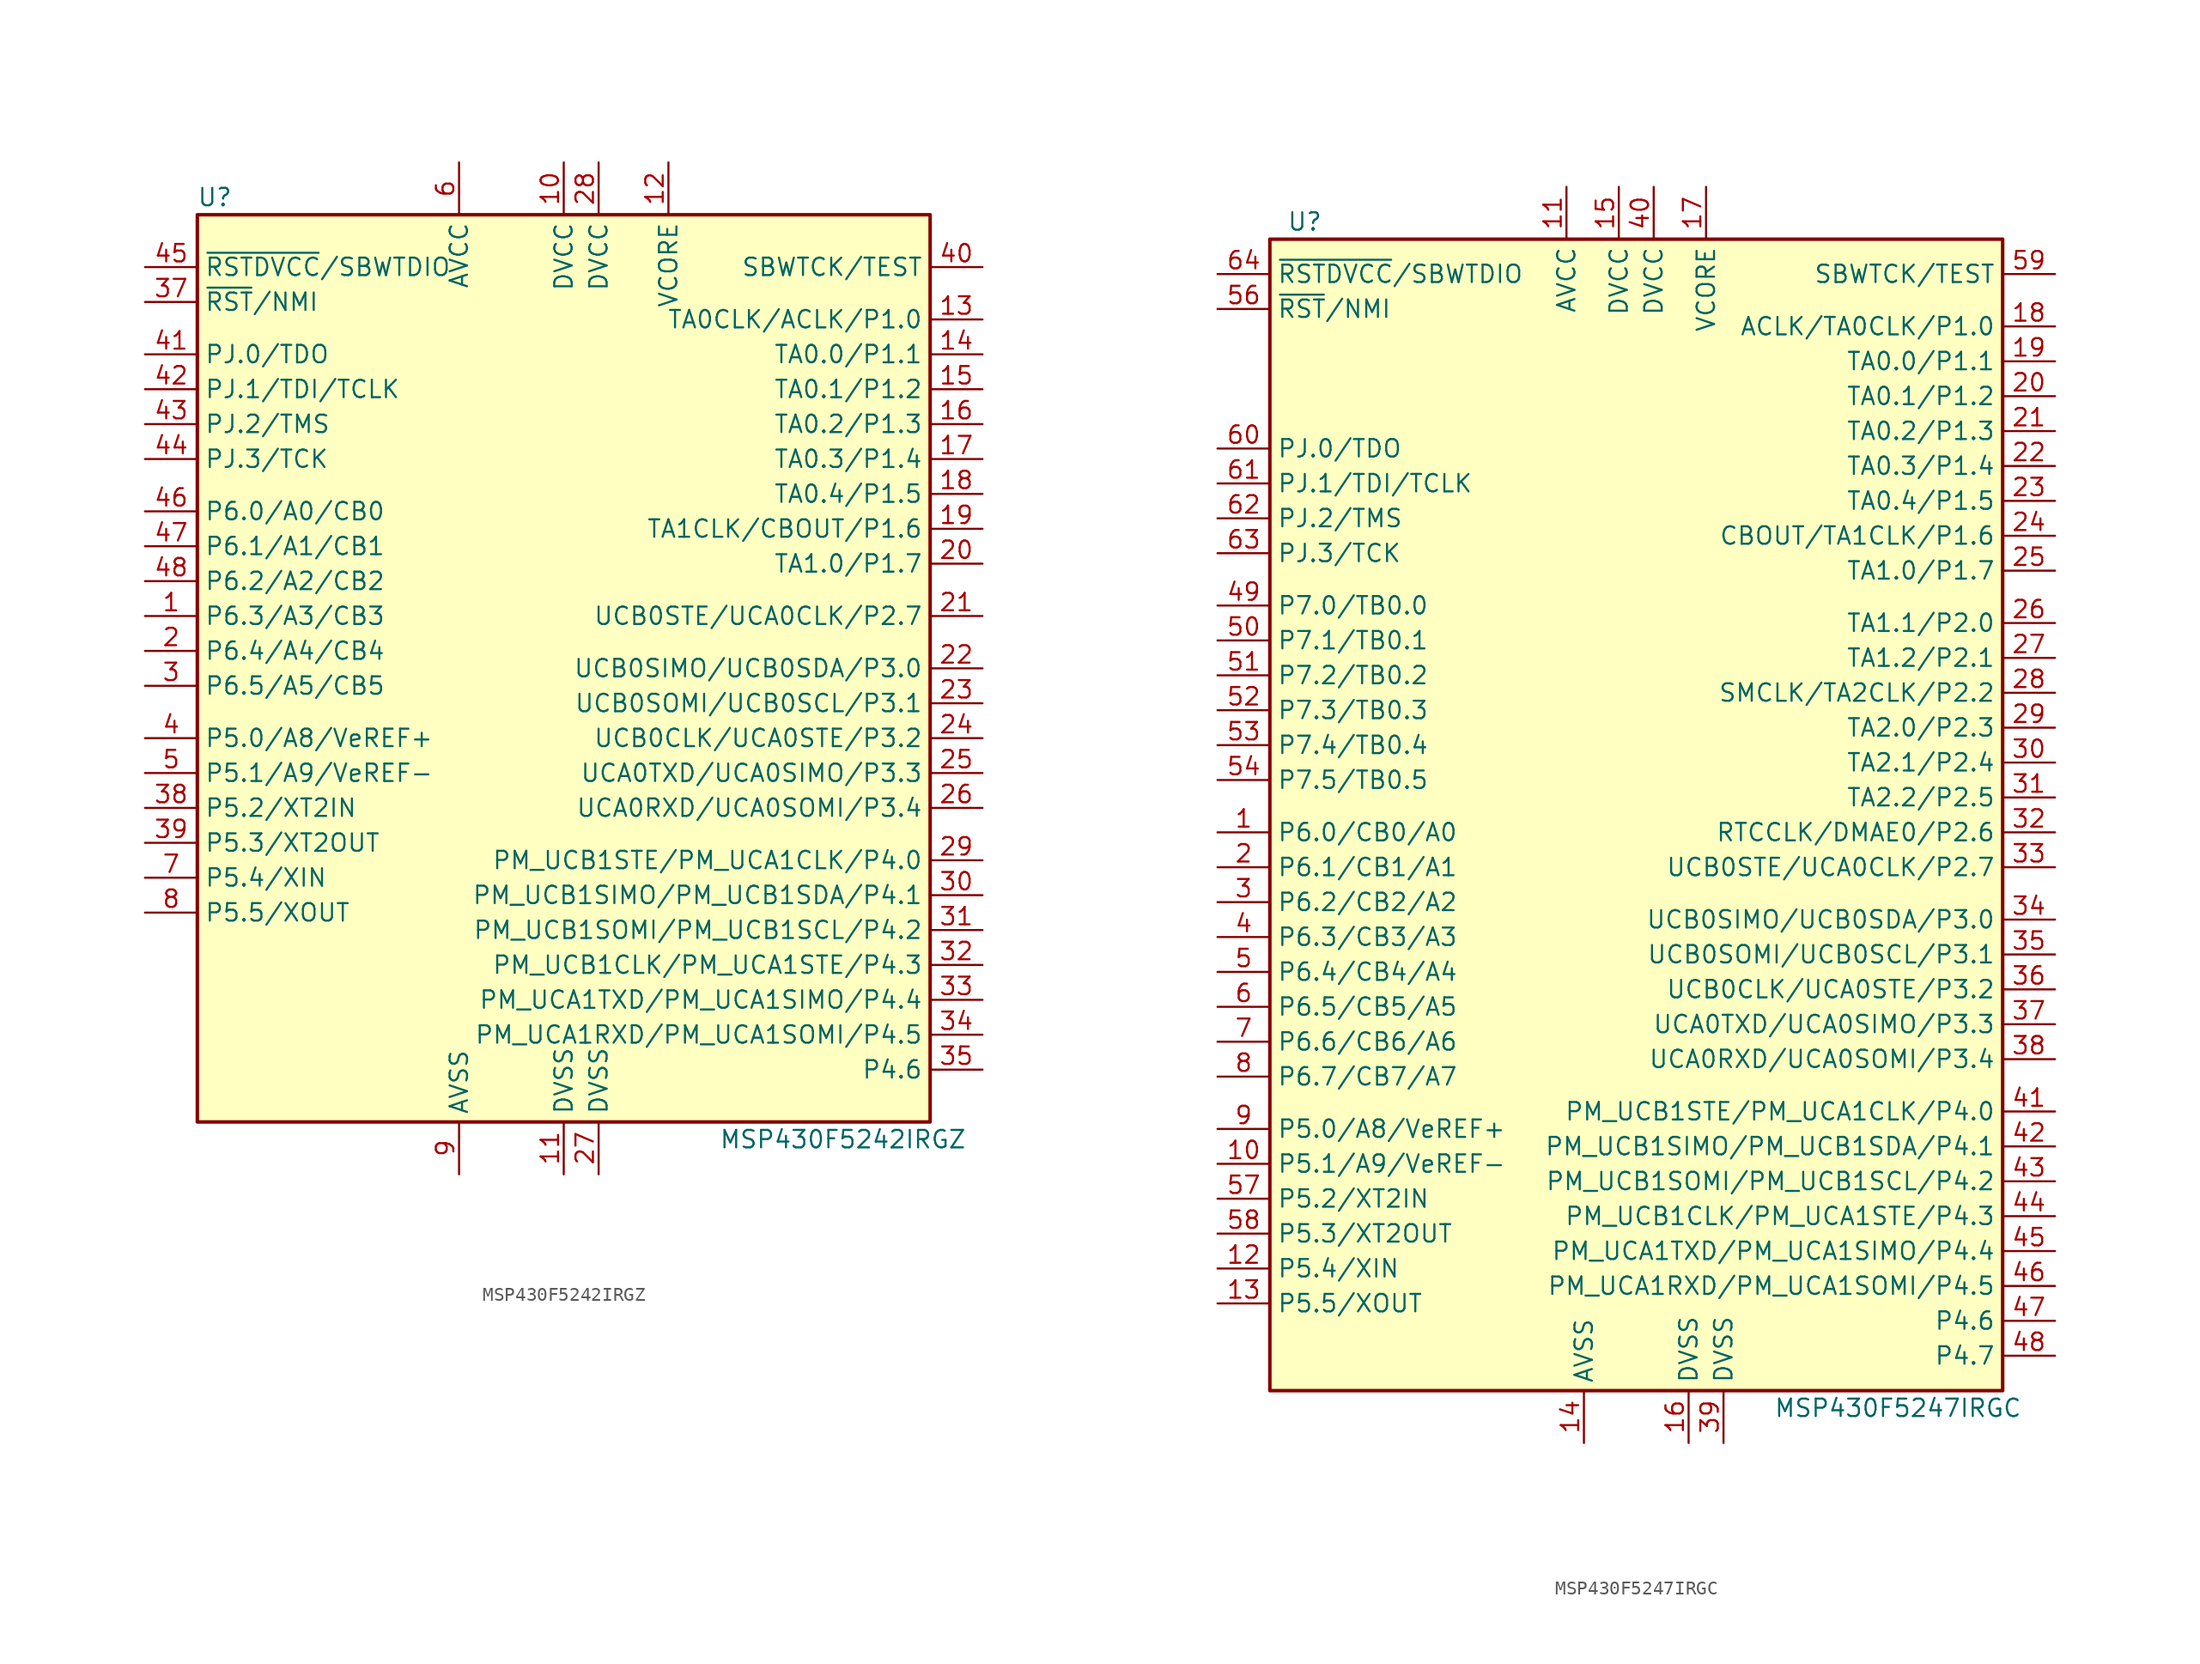
<source format=kicad_sym>
(kicad_symbol_lib
  (version 20211014)
  (generator kicad_symbol_editor)
  (symbol "MSP430F5242IRGZ"
    (property "Reference" "U"
      (at -25.4 35.56 0)
      (effects (font (size 1.27 1.27))))
    (property "Value" "MSP430F5242IRGZ"
      (at 20.32 -33.02 0)
      (effects (font (size 1.27 1.27))))
    (symbol "MSP430F5242IRGZ_0_1"
      (rectangle (start -26.67 34.29) (end 26.67 -31.75) (stroke (width 0.254) (type default) (color 0 0 0 0)) (fill (type background))))
    (symbol "MSP430F5242IRGZ_1_1"
      (pin bidirectional line (at -30.48 5.08 0) (length 3.81) (name "P6.3/A3/CB3" (effects (font (size 1.27 1.27)))) (number "1" (effects (font (size 1.27 1.27)))))
      (pin power_in line (at 0 38.1 270) (length 3.81) (name "DVCC" (effects (font (size 1.27 1.27)))) (number "10" (effects (font (size 1.27 1.27)))))
      (pin power_in line (at 0 -35.56 90) (length 3.81) (name "DVSS" (effects (font (size 1.27 1.27)))) (number "11" (effects (font (size 1.27 1.27)))))
      (pin passive line (at 7.62 38.1 270) (length 3.81) (name "VCORE" (effects (font (size 1.27 1.27)))) (number "12" (effects (font (size 1.27 1.27)))))
      (pin bidirectional line (at 30.48 26.67 180) (length 3.81) (name "TA0CLK/ACLK/P1.0" (effects (font (size 1.27 1.27)))) (number "13" (effects (font (size 1.27 1.27)))))
      (pin bidirectional line (at 30.48 24.13 180) (length 3.81) (name "TA0.0/P1.1" (effects (font (size 1.27 1.27)))) (number "14" (effects (font (size 1.27 1.27)))))
      (pin bidirectional line (at 30.48 21.59 180) (length 3.81) (name "TA0.1/P1.2" (effects (font (size 1.27 1.27)))) (number "15" (effects (font (size 1.27 1.27)))))
      (pin bidirectional line (at 30.48 19.05 180) (length 3.81) (name "TA0.2/P1.3" (effects (font (size 1.27 1.27)))) (number "16" (effects (font (size 1.27 1.27)))))
      (pin bidirectional line (at 30.48 16.51 180) (length 3.81) (name "TA0.3/P1.4" (effects (font (size 1.27 1.27)))) (number "17" (effects (font (size 1.27 1.27)))))
      (pin bidirectional line (at 30.48 13.97 180) (length 3.81) (name "TA0.4/P1.5" (effects (font (size 1.27 1.27)))) (number "18" (effects (font (size 1.27 1.27)))))
      (pin bidirectional line (at 30.48 11.43 180) (length 3.81) (name "TA1CLK/CBOUT/P1.6" (effects (font (size 1.27 1.27)))) (number "19" (effects (font (size 1.27 1.27)))))
      (pin bidirectional line (at -30.48 2.54 0) (length 3.81) (name "P6.4/A4/CB4" (effects (font (size 1.27 1.27)))) (number "2" (effects (font (size 1.27 1.27)))))
      (pin bidirectional line (at 30.48 8.89 180) (length 3.81) (name "TA1.0/P1.7" (effects (font (size 1.27 1.27)))) (number "20" (effects (font (size 1.27 1.27)))))
      (pin bidirectional line (at 30.48 5.08 180) (length 3.81) (name "UCB0STE/UCA0CLK/P2.7" (effects (font (size 1.27 1.27)))) (number "21" (effects (font (size 1.27 1.27)))))
      (pin bidirectional line (at 30.48 1.27 180) (length 3.81) (name "UCB0SIMO/UCB0SDA/P3.0" (effects (font (size 1.27 1.27)))) (number "22" (effects (font (size 1.27 1.27)))))
      (pin bidirectional line (at 30.48 -1.27 180) (length 3.81) (name "UCB0SOMI/UCB0SCL/P3.1" (effects (font (size 1.27 1.27)))) (number "23" (effects (font (size 1.27 1.27)))))
      (pin bidirectional line (at 30.48 -3.81 180) (length 3.81) (name "UCB0CLK/UCA0STE/P3.2" (effects (font (size 1.27 1.27)))) (number "24" (effects (font (size 1.27 1.27)))))
      (pin bidirectional line (at 30.48 -6.35 180) (length 3.81) (name "UCA0TXD/UCA0SIMO/P3.3" (effects (font (size 1.27 1.27)))) (number "25" (effects (font (size 1.27 1.27)))))
      (pin bidirectional line (at 30.48 -8.89 180) (length 3.81) (name "UCA0RXD/UCA0SOMI/P3.4" (effects (font (size 1.27 1.27)))) (number "26" (effects (font (size 1.27 1.27)))))
      (pin power_in line (at 2.54 -35.56 90) (length 3.81) (name "DVSS" (effects (font (size 1.27 1.27)))) (number "27" (effects (font (size 1.27 1.27)))))
      (pin power_in line (at 2.54 38.1 270) (length 3.81) (name "DVCC" (effects (font (size 1.27 1.27)))) (number "28" (effects (font (size 1.27 1.27)))))
      (pin bidirectional line (at 30.48 -12.7 180) (length 3.81) (name "PM_UCB1STE/PM_UCA1CLK/P4.0" (effects (font (size 1.27 1.27)))) (number "29" (effects (font (size 1.27 1.27)))))
      (pin bidirectional line (at -30.48 0 0) (length 3.81) (name "P6.5/A5/CB5" (effects (font (size 1.27 1.27)))) (number "3" (effects (font (size 1.27 1.27)))))
      (pin bidirectional line (at 30.48 -15.24 180) (length 3.81) (name "PM_UCB1SIMO/PM_UCB1SDA/P4.1" (effects (font (size 1.27 1.27)))) (number "30" (effects (font (size 1.27 1.27)))))
      (pin bidirectional line (at 30.48 -17.78 180) (length 3.81) (name "PM_UCB1SOMI/PM_UCB1SCL/P4.2" (effects (font (size 1.27 1.27)))) (number "31" (effects (font (size 1.27 1.27)))))
      (pin bidirectional line (at 30.48 -20.32 180) (length 3.81) (name "PM_UCB1CLK/PM_UCA1STE/P4.3" (effects (font (size 1.27 1.27)))) (number "32" (effects (font (size 1.27 1.27)))))
      (pin bidirectional line (at 30.48 -22.86 180) (length 3.81) (name "PM_UCA1TXD/PM_UCA1SIMO/P4.4" (effects (font (size 1.27 1.27)))) (number "33" (effects (font (size 1.27 1.27)))))
      (pin bidirectional line (at 30.48 -25.4 180) (length 3.81) (name "PM_UCA1RXD/PM_UCA1SOMI/P4.5" (effects (font (size 1.27 1.27)))) (number "34" (effects (font (size 1.27 1.27)))))
      (pin bidirectional line (at 30.48 -27.94 180) (length 3.81) (name "P4.6" (effects (font (size 1.27 1.27)))) (number "35" (effects (font (size 1.27 1.27)))))
      (pin input line (at -30.48 27.94 0) (length 3.81) (name "~{RST}/NMI" (effects (font (size 1.27 1.27)))) (number "37" (effects (font (size 1.27 1.27)))))
      (pin bidirectional line (at -30.48 -8.89 0) (length 3.81) (name "P5.2/XT2IN" (effects (font (size 1.27 1.27)))) (number "38" (effects (font (size 1.27 1.27)))))
      (pin bidirectional line (at -30.48 -11.43 0) (length 3.81) (name "P5.3/XT2OUT" (effects (font (size 1.27 1.27)))) (number "39" (effects (font (size 1.27 1.27)))))
      (pin bidirectional line (at -30.48 -3.81 0) (length 3.81) (name "P5.0/A8/VeREF+" (effects (font (size 1.27 1.27)))) (number "4" (effects (font (size 1.27 1.27)))))
      (pin input line (at 30.48 30.48 180) (length 3.81) (name "SBWTCK/TEST" (effects (font (size 1.27 1.27)))) (number "40" (effects (font (size 1.27 1.27)))))
      (pin bidirectional line (at -30.48 24.13 0) (length 3.81) (name "PJ.0/TDO" (effects (font (size 1.27 1.27)))) (number "41" (effects (font (size 1.27 1.27)))))
      (pin bidirectional line (at -30.48 21.59 0) (length 3.81) (name "PJ.1/TDI/TCLK" (effects (font (size 1.27 1.27)))) (number "42" (effects (font (size 1.27 1.27)))))
      (pin bidirectional line (at -30.48 19.05 0) (length 3.81) (name "PJ.2/TMS" (effects (font (size 1.27 1.27)))) (number "43" (effects (font (size 1.27 1.27)))))
      (pin bidirectional line (at -30.48 16.51 0) (length 3.81) (name "PJ.3/TCK" (effects (font (size 1.27 1.27)))) (number "44" (effects (font (size 1.27 1.27)))))
      (pin bidirectional line (at -30.48 30.48 0) (length 3.81) (name "~{RSTDVCC}/SBWTDIO" (effects (font (size 1.27 1.27)))) (number "45" (effects (font (size 1.27 1.27)))))
      (pin bidirectional line (at -30.48 12.7 0) (length 3.81) (name "P6.0/A0/CB0" (effects (font (size 1.27 1.27)))) (number "46" (effects (font (size 1.27 1.27)))))
      (pin bidirectional line (at -30.48 10.16 0) (length 3.81) (name "P6.1/A1/CB1" (effects (font (size 1.27 1.27)))) (number "47" (effects (font (size 1.27 1.27)))))
      (pin bidirectional line (at -30.48 7.62 0) (length 3.81) (name "P6.2/A2/CB2" (effects (font (size 1.27 1.27)))) (number "48" (effects (font (size 1.27 1.27)))))
      (pin bidirectional line (at -30.48 -6.35 0) (length 3.81) (name "P5.1/A9/VeREF-" (effects (font (size 1.27 1.27)))) (number "5" (effects (font (size 1.27 1.27)))))
      (pin power_in line (at -7.62 38.1 270) (length 3.81) (name "AVCC" (effects (font (size 1.27 1.27)))) (number "6" (effects (font (size 1.27 1.27)))))
      (pin bidirectional line (at -30.48 -13.97 0) (length 3.81) (name "P5.4/XIN" (effects (font (size 1.27 1.27)))) (number "7" (effects (font (size 1.27 1.27)))))
      (pin bidirectional line (at -30.48 -16.51 0) (length 3.81) (name "P5.5/XOUT" (effects (font (size 1.27 1.27)))) (number "8" (effects (font (size 1.27 1.27)))))
      (pin power_in line (at -7.62 -35.56 90) (length 3.81) (name "AVSS" (effects (font (size 1.27 1.27)))) (number "9" (effects (font (size 1.27 1.27)))))))
  (symbol "MSP430F5247IRGC"
    (property "Reference" "U"
      (at -24.13 43.18 0)
      (effects (font (size 1.27 1.27))))
    (property "Value" "MSP430F5247IRGC"
      (at 19.05 -43.18 0)
      (effects (font (size 1.27 1.27))))
    (symbol "MSP430F5247IRGC_0_1"
      (rectangle (start -26.67 41.91) (end 26.67 -41.91) (stroke (width 0.254) (type default) (color 0 0 0 0)) (fill (type background))))
    (symbol "MSP430F5247IRGC_1_1"
      (pin bidirectional line (at -30.48 -1.27 0) (length 3.81) (name "P6.0/CB0/A0" (effects (font (size 1.27 1.27)))) (number "1" (effects (font (size 1.27 1.27)))))
      (pin bidirectional line (at -30.48 -25.4 0) (length 3.81) (name "P5.1/A9/VeREF-" (effects (font (size 1.27 1.27)))) (number "10" (effects (font (size 1.27 1.27)))))
      (pin power_in line (at -5.08 45.72 270) (length 3.81) (name "AVCC" (effects (font (size 1.27 1.27)))) (number "11" (effects (font (size 1.27 1.27)))))
      (pin bidirectional line (at -30.48 -33.02 0) (length 3.81) (name "P5.4/XIN" (effects (font (size 1.27 1.27)))) (number "12" (effects (font (size 1.27 1.27)))))
      (pin bidirectional line (at -30.48 -35.56 0) (length 3.81) (name "P5.5/XOUT" (effects (font (size 1.27 1.27)))) (number "13" (effects (font (size 1.27 1.27)))))
      (pin power_in line (at -3.81 -45.72 90) (length 3.81) (name "AVSS" (effects (font (size 1.27 1.27)))) (number "14" (effects (font (size 1.27 1.27)))))
      (pin power_in line (at -1.27 45.72 270) (length 3.81) (name "DVCC" (effects (font (size 1.27 1.27)))) (number "15" (effects (font (size 1.27 1.27)))))
      (pin power_in line (at 3.81 -45.72 90) (length 3.81) (name "DVSS" (effects (font (size 1.27 1.27)))) (number "16" (effects (font (size 1.27 1.27)))))
      (pin power_in line (at 5.08 45.72 270) (length 3.81) (name "VCORE" (effects (font (size 1.27 1.27)))) (number "17" (effects (font (size 1.27 1.27)))))
      (pin bidirectional line (at 30.48 35.56 180) (length 3.81) (name "ACLK/TA0CLK/P1.0" (effects (font (size 1.27 1.27)))) (number "18" (effects (font (size 1.27 1.27)))))
      (pin bidirectional line (at 30.48 33.02 180) (length 3.81) (name "TA0.0/P1.1" (effects (font (size 1.27 1.27)))) (number "19" (effects (font (size 1.27 1.27)))))
      (pin bidirectional line (at -30.48 -3.81 0) (length 3.81) (name "P6.1/CB1/A1" (effects (font (size 1.27 1.27)))) (number "2" (effects (font (size 1.27 1.27)))))
      (pin bidirectional line (at 30.48 30.48 180) (length 3.81) (name "TA0.1/P1.2" (effects (font (size 1.27 1.27)))) (number "20" (effects (font (size 1.27 1.27)))))
      (pin bidirectional line (at 30.48 27.94 180) (length 3.81) (name "TA0.2/P1.3" (effects (font (size 1.27 1.27)))) (number "21" (effects (font (size 1.27 1.27)))))
      (pin bidirectional line (at 30.48 25.4 180) (length 3.81) (name "TA0.3/P1.4" (effects (font (size 1.27 1.27)))) (number "22" (effects (font (size 1.27 1.27)))))
      (pin bidirectional line (at 30.48 22.86 180) (length 3.81) (name "TA0.4/P1.5" (effects (font (size 1.27 1.27)))) (number "23" (effects (font (size 1.27 1.27)))))
      (pin bidirectional line (at 30.48 20.32 180) (length 3.81) (name "CBOUT/TA1CLK/P1.6" (effects (font (size 1.27 1.27)))) (number "24" (effects (font (size 1.27 1.27)))))
      (pin bidirectional line (at 30.48 17.78 180) (length 3.81) (name "TA1.0/P1.7" (effects (font (size 1.27 1.27)))) (number "25" (effects (font (size 1.27 1.27)))))
      (pin bidirectional line (at 30.48 13.97 180) (length 3.81) (name "TA1.1/P2.0" (effects (font (size 1.27 1.27)))) (number "26" (effects (font (size 1.27 1.27)))))
      (pin bidirectional line (at 30.48 11.43 180) (length 3.81) (name "TA1.2/P2.1" (effects (font (size 1.27 1.27)))) (number "27" (effects (font (size 1.27 1.27)))))
      (pin bidirectional line (at 30.48 8.89 180) (length 3.81) (name "SMCLK/TA2CLK/P2.2" (effects (font (size 1.27 1.27)))) (number "28" (effects (font (size 1.27 1.27)))))
      (pin bidirectional line (at 30.48 6.35 180) (length 3.81) (name "TA2.0/P2.3" (effects (font (size 1.27 1.27)))) (number "29" (effects (font (size 1.27 1.27)))))
      (pin bidirectional line (at -30.48 -6.35 0) (length 3.81) (name "P6.2/CB2/A2" (effects (font (size 1.27 1.27)))) (number "3" (effects (font (size 1.27 1.27)))))
      (pin bidirectional line (at 30.48 3.81 180) (length 3.81) (name "TA2.1/P2.4" (effects (font (size 1.27 1.27)))) (number "30" (effects (font (size 1.27 1.27)))))
      (pin bidirectional line (at 30.48 1.27 180) (length 3.81) (name "TA2.2/P2.5" (effects (font (size 1.27 1.27)))) (number "31" (effects (font (size 1.27 1.27)))))
      (pin bidirectional line (at 30.48 -1.27 180) (length 3.81) (name "RTCCLK/DMAE0/P2.6" (effects (font (size 1.27 1.27)))) (number "32" (effects (font (size 1.27 1.27)))))
      (pin bidirectional line (at 30.48 -3.81 180) (length 3.81) (name "UCB0STE/UCA0CLK/P2.7" (effects (font (size 1.27 1.27)))) (number "33" (effects (font (size 1.27 1.27)))))
      (pin bidirectional line (at 30.48 -7.62 180) (length 3.81) (name "UCB0SIMO/UCB0SDA/P3.0" (effects (font (size 1.27 1.27)))) (number "34" (effects (font (size 1.27 1.27)))))
      (pin bidirectional line (at 30.48 -10.16 180) (length 3.81) (name "UCB0SOMI/UCB0SCL/P3.1" (effects (font (size 1.27 1.27)))) (number "35" (effects (font (size 1.27 1.27)))))
      (pin bidirectional line (at 30.48 -12.7 180) (length 3.81) (name "UCB0CLK/UCA0STE/P3.2" (effects (font (size 1.27 1.27)))) (number "36" (effects (font (size 1.27 1.27)))))
      (pin bidirectional line (at 30.48 -15.24 180) (length 3.81) (name "UCA0TXD/UCA0SIMO/P3.3" (effects (font (size 1.27 1.27)))) (number "37" (effects (font (size 1.27 1.27)))))
      (pin bidirectional line (at 30.48 -17.78 180) (length 3.81) (name "UCA0RXD/UCA0SOMI/P3.4" (effects (font (size 1.27 1.27)))) (number "38" (effects (font (size 1.27 1.27)))))
      (pin power_in line (at 6.35 -45.72 90) (length 3.81) (name "DVSS" (effects (font (size 1.27 1.27)))) (number "39" (effects (font (size 1.27 1.27)))))
      (pin bidirectional line (at -30.48 -8.89 0) (length 3.81) (name "P6.3/CB3/A3" (effects (font (size 1.27 1.27)))) (number "4" (effects (font (size 1.27 1.27)))))
      (pin power_in line (at 1.27 45.72 270) (length 3.81) (name "DVCC" (effects (font (size 1.27 1.27)))) (number "40" (effects (font (size 1.27 1.27)))))
      (pin bidirectional line (at 30.48 -21.59 180) (length 3.81) (name "PM_UCB1STE/PM_UCA1CLK/P4.0" (effects (font (size 1.27 1.27)))) (number "41" (effects (font (size 1.27 1.27)))))
      (pin bidirectional line (at 30.48 -24.13 180) (length 3.81) (name "PM_UCB1SIMO/PM_UCB1SDA/P4.1" (effects (font (size 1.27 1.27)))) (number "42" (effects (font (size 1.27 1.27)))))
      (pin bidirectional line (at 30.48 -26.67 180) (length 3.81) (name "PM_UCB1SOMI/PM_UCB1SCL/P4.2" (effects (font (size 1.27 1.27)))) (number "43" (effects (font (size 1.27 1.27)))))
      (pin bidirectional line (at 30.48 -29.21 180) (length 3.81) (name "PM_UCB1CLK/PM_UCA1STE/P4.3" (effects (font (size 1.27 1.27)))) (number "44" (effects (font (size 1.27 1.27)))))
      (pin bidirectional line (at 30.48 -31.75 180) (length 3.81) (name "PM_UCA1TXD/PM_UCA1SIMO/P4.4" (effects (font (size 1.27 1.27)))) (number "45" (effects (font (size 1.27 1.27)))))
      (pin bidirectional line (at 30.48 -34.29 180) (length 3.81) (name "PM_UCA1RXD/PM_UCA1SOMI/P4.5" (effects (font (size 1.27 1.27)))) (number "46" (effects (font (size 1.27 1.27)))))
      (pin bidirectional line (at 30.48 -36.83 180) (length 3.81) (name "P4.6" (effects (font (size 1.27 1.27)))) (number "47" (effects (font (size 1.27 1.27)))))
      (pin bidirectional line (at 30.48 -39.37 180) (length 3.81) (name "P4.7" (effects (font (size 1.27 1.27)))) (number "48" (effects (font (size 1.27 1.27)))))
      (pin bidirectional line (at -30.48 15.24 0) (length 3.81) (name "P7.0/TB0.0" (effects (font (size 1.27 1.27)))) (number "49" (effects (font (size 1.27 1.27)))))
      (pin bidirectional line (at -30.48 -11.43 0) (length 3.81) (name "P6.4/CB4/A4" (effects (font (size 1.27 1.27)))) (number "5" (effects (font (size 1.27 1.27)))))
      (pin bidirectional line (at -30.48 12.7 0) (length 3.81) (name "P7.1/TB0.1" (effects (font (size 1.27 1.27)))) (number "50" (effects (font (size 1.27 1.27)))))
      (pin bidirectional line (at -30.48 10.16 0) (length 3.81) (name "P7.2/TB0.2" (effects (font (size 1.27 1.27)))) (number "51" (effects (font (size 1.27 1.27)))))
      (pin bidirectional line (at -30.48 7.62 0) (length 3.81) (name "P7.3/TB0.3" (effects (font (size 1.27 1.27)))) (number "52" (effects (font (size 1.27 1.27)))))
      (pin bidirectional line (at -30.48 5.08 0) (length 3.81) (name "P7.4/TB0.4" (effects (font (size 1.27 1.27)))) (number "53" (effects (font (size 1.27 1.27)))))
      (pin bidirectional line (at -30.48 2.54 0) (length 3.81) (name "P7.5/TB0.5" (effects (font (size 1.27 1.27)))) (number "54" (effects (font (size 1.27 1.27)))))
      (pin input line (at -30.48 36.83 0) (length 3.81) (name "~{RST}/NMI" (effects (font (size 1.27 1.27)))) (number "56" (effects (font (size 1.27 1.27)))))
      (pin bidirectional line (at -30.48 -27.94 0) (length 3.81) (name "P5.2/XT2IN" (effects (font (size 1.27 1.27)))) (number "57" (effects (font (size 1.27 1.27)))))
      (pin bidirectional line (at -30.48 -30.48 0) (length 3.81) (name "P5.3/XT2OUT" (effects (font (size 1.27 1.27)))) (number "58" (effects (font (size 1.27 1.27)))))
      (pin input line (at 30.48 39.37 180) (length 3.81) (name "SBWTCK/TEST" (effects (font (size 1.27 1.27)))) (number "59" (effects (font (size 1.27 1.27)))))
      (pin bidirectional line (at -30.48 -13.97 0) (length 3.81) (name "P6.5/CB5/A5" (effects (font (size 1.27 1.27)))) (number "6" (effects (font (size 1.27 1.27)))))
      (pin bidirectional line (at -30.48 26.67 0) (length 3.81) (name "PJ.0/TDO" (effects (font (size 1.27 1.27)))) (number "60" (effects (font (size 1.27 1.27)))))
      (pin bidirectional line (at -30.48 24.13 0) (length 3.81) (name "PJ.1/TDI/TCLK" (effects (font (size 1.27 1.27)))) (number "61" (effects (font (size 1.27 1.27)))))
      (pin bidirectional line (at -30.48 21.59 0) (length 3.81) (name "PJ.2/TMS" (effects (font (size 1.27 1.27)))) (number "62" (effects (font (size 1.27 1.27)))))
      (pin bidirectional line (at -30.48 19.05 0) (length 3.81) (name "PJ.3/TCK" (effects (font (size 1.27 1.27)))) (number "63" (effects (font (size 1.27 1.27)))))
      (pin bidirectional line (at -30.48 39.37 0) (length 3.81) (name "~{RSTDVCC}/SBWTDIO" (effects (font (size 1.27 1.27)))) (number "64" (effects (font (size 1.27 1.27)))))
      (pin bidirectional line (at -30.48 -16.51 0) (length 3.81) (name "P6.6/CB6/A6" (effects (font (size 1.27 1.27)))) (number "7" (effects (font (size 1.27 1.27)))))
      (pin bidirectional line (at -30.48 -19.05 0) (length 3.81) (name "P6.7/CB7/A7" (effects (font (size 1.27 1.27)))) (number "8" (effects (font (size 1.27 1.27)))))
      (pin bidirectional line (at -30.48 -22.86 0) (length 3.81) (name "P5.0/A8/VeREF+" (effects (font (size 1.27 1.27)))) (number "9" (effects (font (size 1.27 1.27))))))))
</source>
